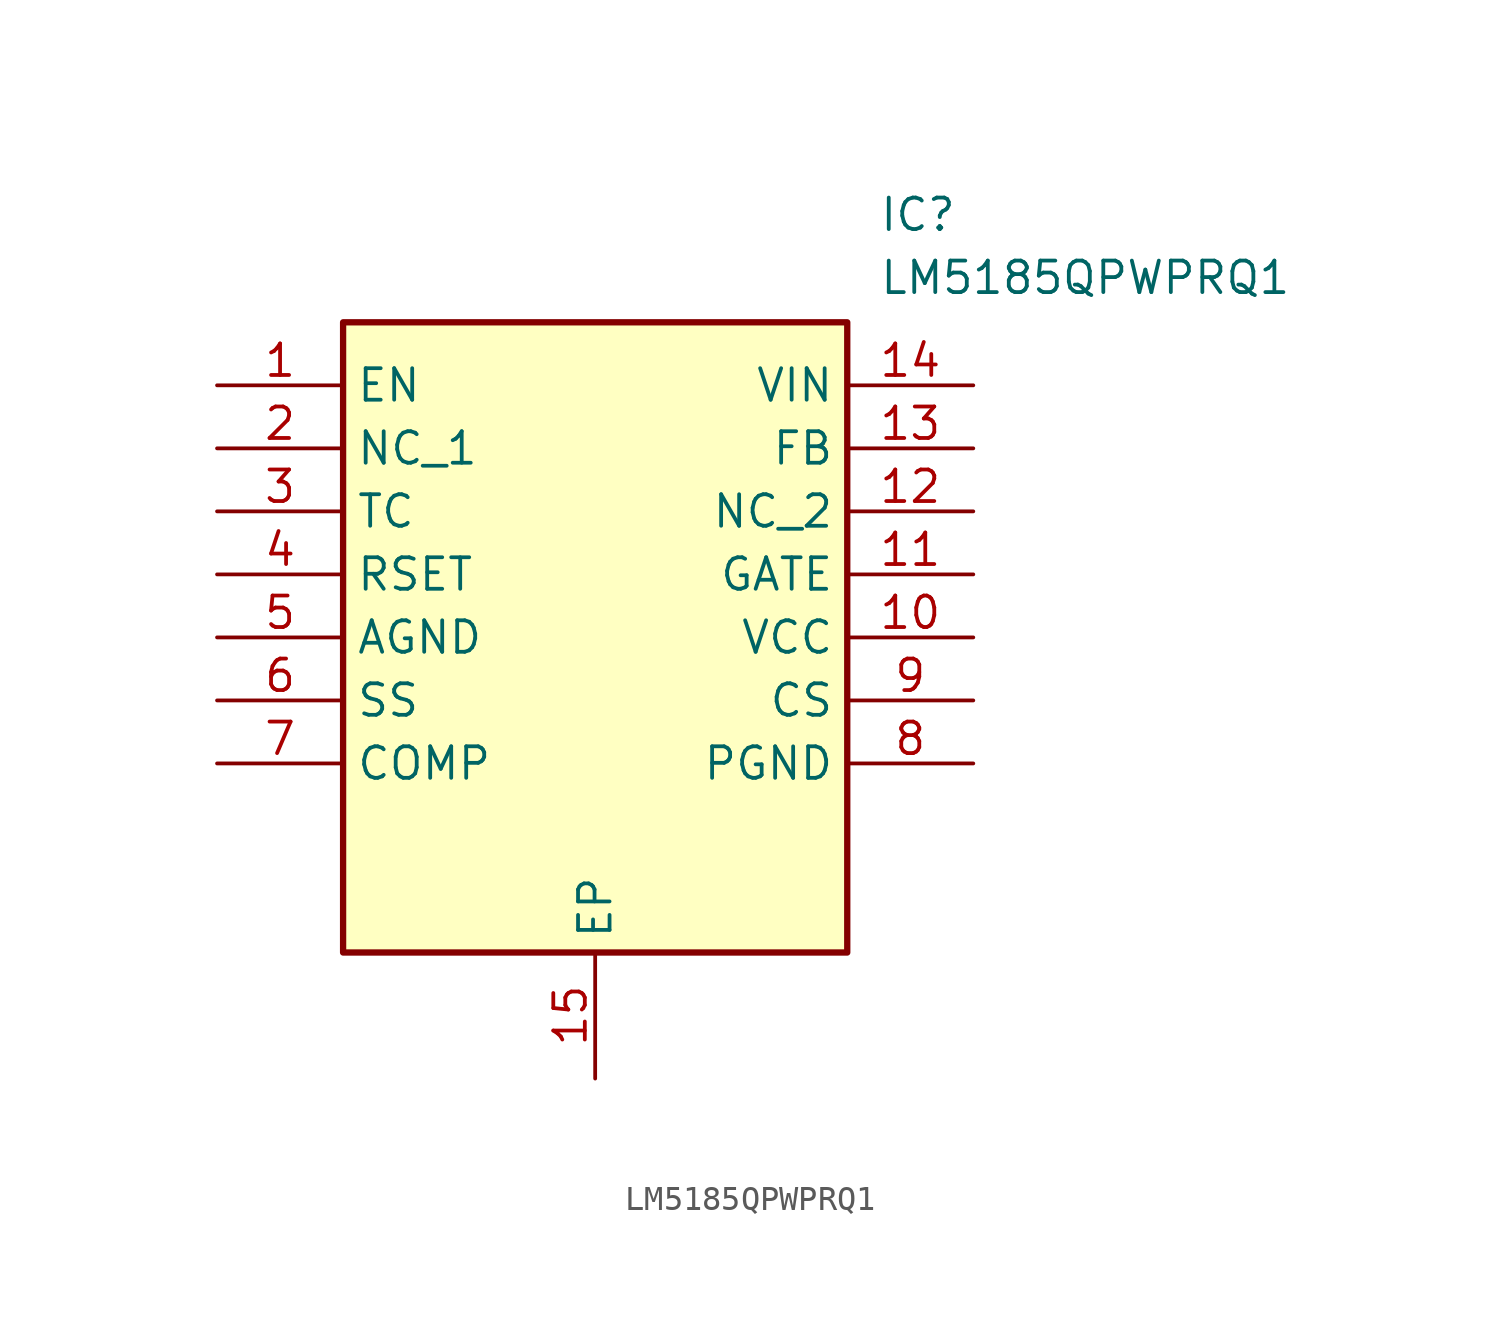
<source format=kicad_sym>
(kicad_symbol_lib
  (version 20211014)
  (generator SamacSys_ECAD_Model)
  (symbol "LM5185QPWPRQ1"
    (property "Reference" "IC"
      (at 26.67 7.62 0)
      (effects (font (size 1.27 1.27)) (justify left top)))
    (property "Value" "LM5185QPWPRQ1"
      (at 26.67 5.08 0)
      (effects (font (size 1.27 1.27)) (justify left top)))
    (rectangle
      (start 5.08 2.54)
      (end 25.4 -22.86)
      (stroke (width 0.254) (type default))
      (fill (type background)))
    (pin passive line
      (at 0 0 0)
      (length 5.08)
      (name "EN" (effects (font (size 1.27 1.27))))
      (number "1" (effects (font (size 1.27 1.27)))))
    (pin passive line
      (at 0 -2.54 0)
      (length 5.08)
      (name "NC_1" (effects (font (size 1.27 1.27))))
      (number "2" (effects (font (size 1.27 1.27)))))
    (pin passive line
      (at 0 -5.08 0)
      (length 5.08)
      (name "TC" (effects (font (size 1.27 1.27))))
      (number "3" (effects (font (size 1.27 1.27)))))
    (pin passive line
      (at 0 -7.62 0)
      (length 5.08)
      (name "RSET" (effects (font (size 1.27 1.27))))
      (number "4" (effects (font (size 1.27 1.27)))))
    (pin passive line
      (at 0 -10.16 0)
      (length 5.08)
      (name "AGND" (effects (font (size 1.27 1.27))))
      (number "5" (effects (font (size 1.27 1.27)))))
    (pin passive line
      (at 0 -12.7 0)
      (length 5.08)
      (name "SS" (effects (font (size 1.27 1.27))))
      (number "6" (effects (font (size 1.27 1.27)))))
    (pin passive line
      (at 0 -15.24 0)
      (length 5.08)
      (name "COMP" (effects (font (size 1.27 1.27))))
      (number "7" (effects (font (size 1.27 1.27)))))
    (pin passive line
      (at 15.24 -27.94 90)
      (length 5.08)
      (name "EP" (effects (font (size 1.27 1.27))))
      (number "15" (effects (font (size 1.27 1.27)))))
    (pin passive line
      (at 30.48 0 180)
      (length 5.08)
      (name "VIN" (effects (font (size 1.27 1.27))))
      (number "14" (effects (font (size 1.27 1.27)))))
    (pin passive line
      (at 30.48 -2.54 180)
      (length 5.08)
      (name "FB" (effects (font (size 1.27 1.27))))
      (number "13" (effects (font (size 1.27 1.27)))))
    (pin passive line
      (at 30.48 -5.08 180)
      (length 5.08)
      (name "NC_2" (effects (font (size 1.27 1.27))))
      (number "12" (effects (font (size 1.27 1.27)))))
    (pin passive line
      (at 30.48 -7.62 180)
      (length 5.08)
      (name "GATE" (effects (font (size 1.27 1.27))))
      (number "11" (effects (font (size 1.27 1.27)))))
    (pin passive line
      (at 30.48 -10.16 180)
      (length 5.08)
      (name "VCC" (effects (font (size 1.27 1.27))))
      (number "10" (effects (font (size 1.27 1.27)))))
    (pin passive line
      (at 30.48 -12.7 180)
      (length 5.08)
      (name "CS" (effects (font (size 1.27 1.27))))
      (number "9" (effects (font (size 1.27 1.27)))))
    (pin passive line
      (at 30.48 -15.24 180)
      (length 5.08)
      (name "PGND" (effects (font (size 1.27 1.27))))
      (number "8" (effects (font (size 1.27 1.27)))))))
</source>
